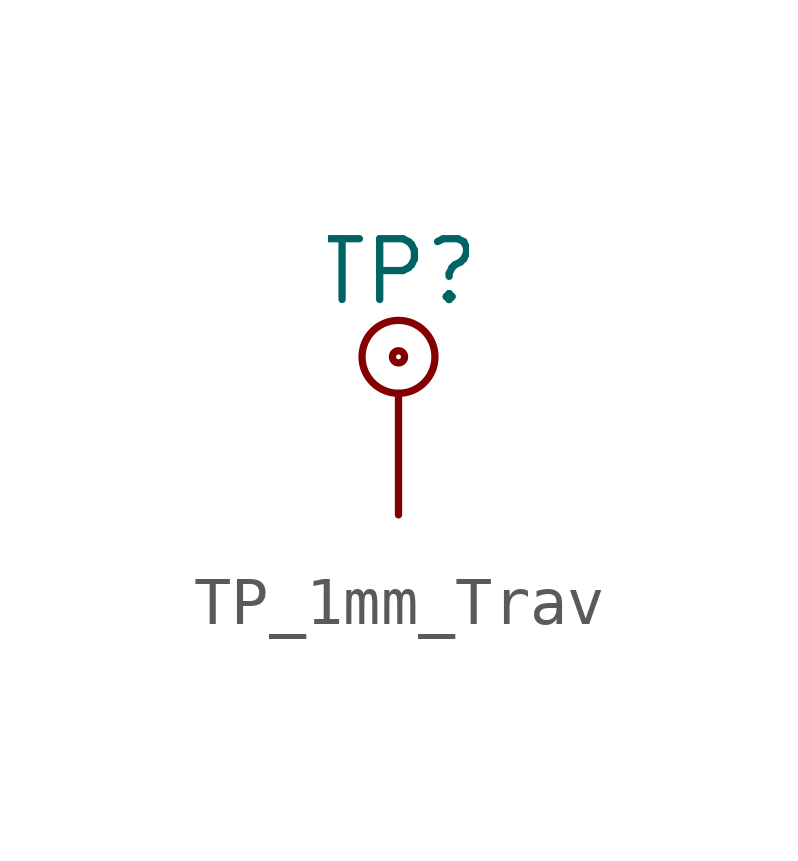
<source format=kicad_sym>
(kicad_symbol_lib
  (version 20220914)
  (generator kicad_symbol_editor)
  (symbol "TP_1mm_Trav"
    (pin_numbers hide)
    (pin_names
      (offset 0.762) hide)
    (property "Reference" "TP"
      (at 0 5.08 0)
      (effects (font (size 1.27 1.27))))
    (symbol "TP_1mm_Trav_0_1"
      (circle (center 0 3.302) (radius 0.127) (stroke (width 0) (type default)) (fill (type none)))
      (circle (center 0 3.302) (radius 0.762) (stroke (width 0) (type default)) (fill (type none))))
    (symbol "TP_1mm_Trav_1_1"
      (pin passive line (at 0 0 90) (length 2.54) (name "1" (effects (font (size 1.27 1.27)))) (number "1" (effects (font (size 1.27 1.27))))))))
</source>
